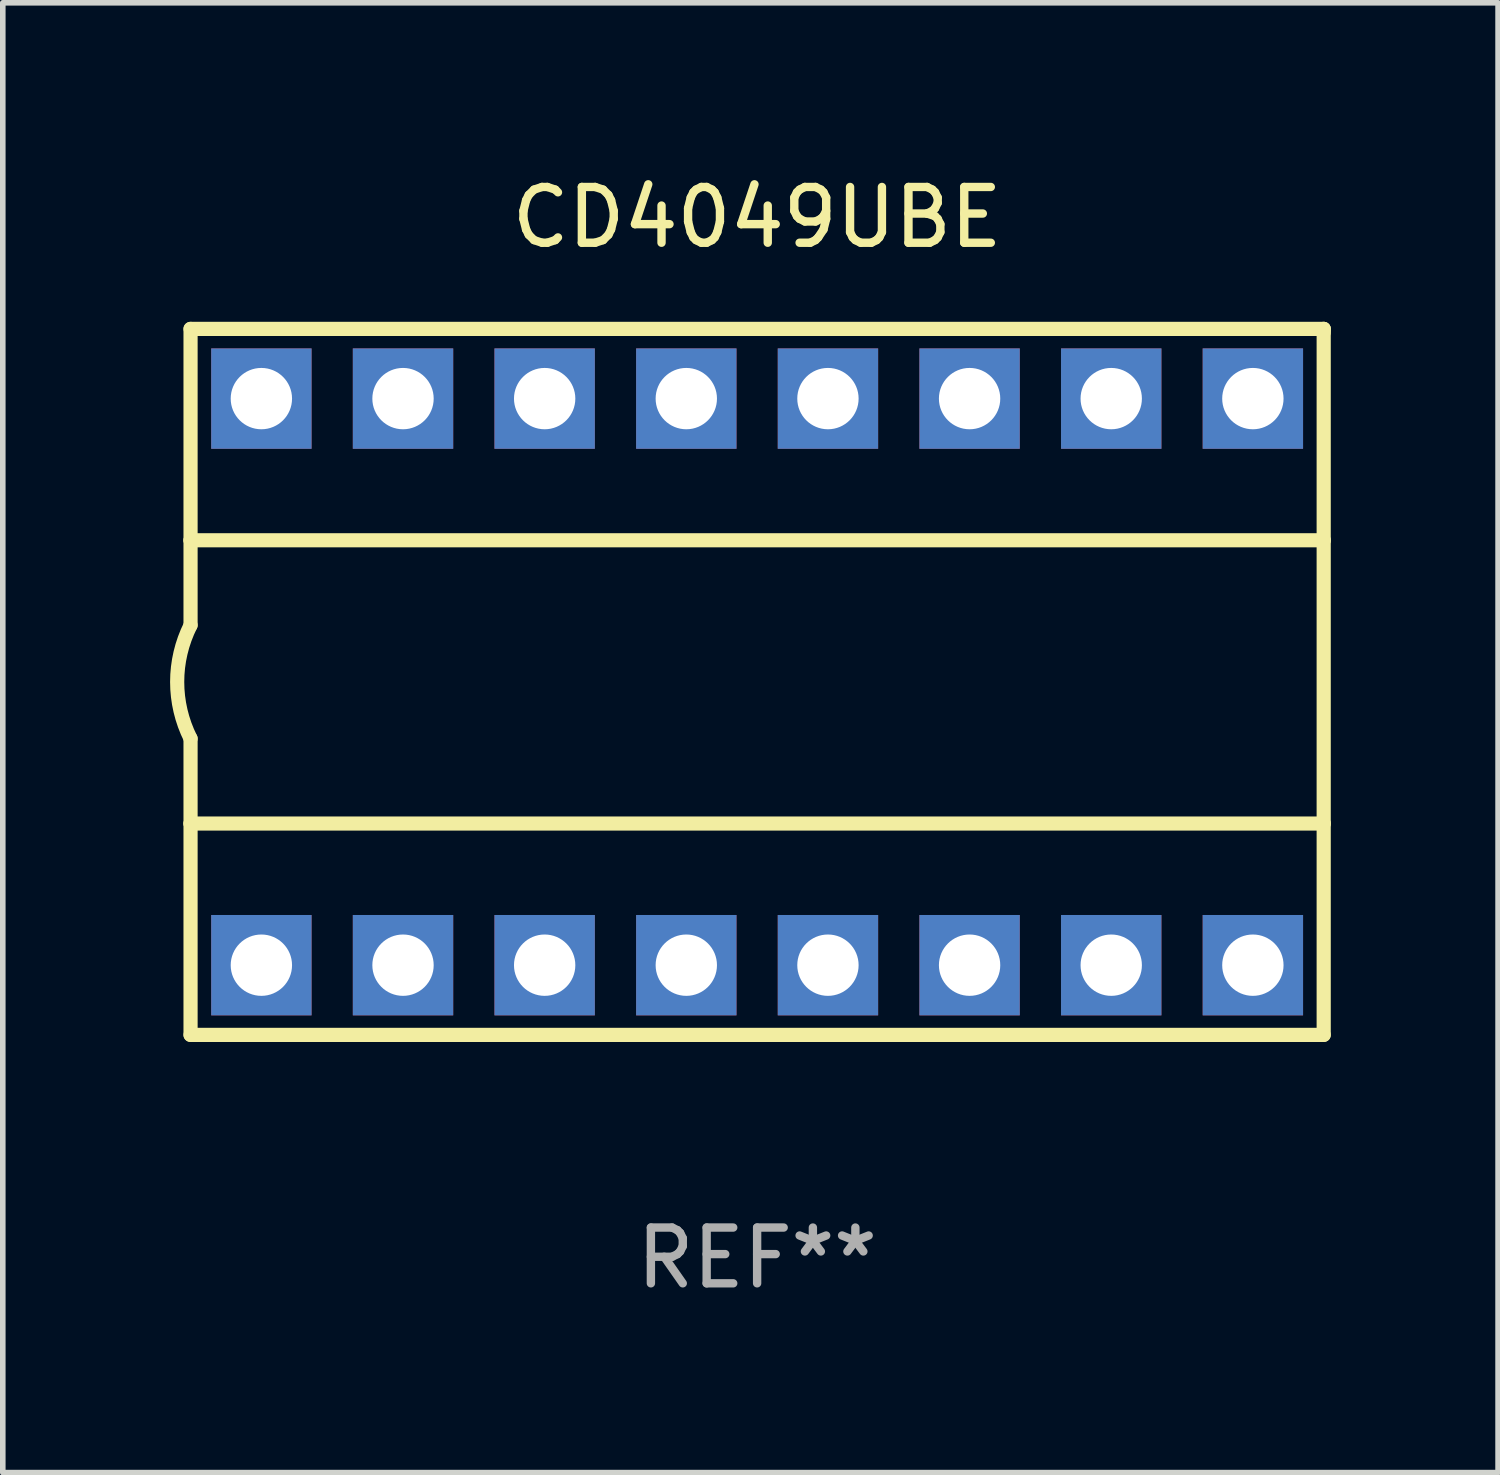
<source format=kicad_pcb>
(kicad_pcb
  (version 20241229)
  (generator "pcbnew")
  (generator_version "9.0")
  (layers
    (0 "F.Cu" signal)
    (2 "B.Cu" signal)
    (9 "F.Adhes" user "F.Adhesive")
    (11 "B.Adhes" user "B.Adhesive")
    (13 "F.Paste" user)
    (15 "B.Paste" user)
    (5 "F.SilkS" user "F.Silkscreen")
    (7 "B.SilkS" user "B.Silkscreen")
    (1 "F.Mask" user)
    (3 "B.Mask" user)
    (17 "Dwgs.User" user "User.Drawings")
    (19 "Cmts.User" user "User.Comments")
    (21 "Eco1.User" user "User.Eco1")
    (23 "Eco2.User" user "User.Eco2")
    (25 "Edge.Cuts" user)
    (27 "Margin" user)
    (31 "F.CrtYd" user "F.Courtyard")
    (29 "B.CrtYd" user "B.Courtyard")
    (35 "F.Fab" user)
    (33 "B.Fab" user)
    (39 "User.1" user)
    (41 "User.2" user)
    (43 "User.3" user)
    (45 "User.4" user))
  (footprint "CD4049UBE"
    (layer "F.Cu")
    (at 10.527 9.178)
    (property "Reference" "CD4049UBE" (at 0 -8.33 0) (layer "F.SilkS") (effects (font (size 1 1) (thickness 0.15))))
    (attr through_hole)
    (fp_line (start -10.16 -6.33) (end -10.16 -2.54) (stroke (width 0.254) (type solid)) (layer "F.SilkS"))
    (fp_line (start -10.16 -6.33) (end 10.16 -6.33) (stroke (width 0.254) (type solid)) (layer "F.SilkS"))
    (fp_line (start -10.16 -2.54) (end -10.16 -1.016) (stroke (width 0.254) (type solid)) (layer "F.SilkS"))
    (fp_line (start -10.16 -2.54) (end 10.16 -2.54) (stroke (width 0.254) (type solid)) (layer "F.SilkS"))
    (fp_line (start -10.16 2.54) (end -10.16 1.016) (stroke (width 0.254) (type solid)) (layer "F.SilkS"))
    (fp_line (start -10.16 2.54) (end 10.16 2.54) (stroke (width 0.254) (type solid)) (layer "F.SilkS"))
    (fp_line (start -10.16 6.33) (end -10.16 2.54) (stroke (width 0.254) (type solid)) (layer "F.SilkS"))
    (fp_line (start -10.16 6.33) (end 10.16 6.33) (stroke (width 0.254) (type solid)) (layer "F.SilkS"))
    (fp_line (start 10.16 -6.33) (end 10.16 -6.267) (stroke (width 0.254) (type solid)) (layer "F.SilkS"))
    (fp_line (start 10.16 -6.33) (end 10.16 -2.54) (stroke (width 0.254) (type solid)) (layer "F.SilkS"))
    (fp_line (start 10.16 -2.54) (end 10.16 2.54) (stroke (width 0.254) (type solid)) (layer "F.SilkS"))
    (fp_line (start 10.16 2.54) (end 10.16 6.33) (stroke (width 0.254) (type solid)) (layer "F.SilkS"))
    (fp_arc (start -10.16 1.016) (mid -10.399845 0) (end -10.16 -1.016) (stroke (width 0.254001) (type solid)) (layer "F.SilkS"))
    (fp_text user "REF**" (at 0 10.33 0) (layer "F.Fab") (effects (font (size 1 1) (thickness 0.15))))
    (pad "1" thru_hole rect (at -8.89 5.08) (size 1.8 1.8) (drill 1.1) (layers "*.Cu" "*.Mask"))
    (pad "2" thru_hole rect (at -6.35 5.08) (size 1.8 1.8) (drill 1.1) (layers "*.Cu" "*.Mask"))
    (pad "3" thru_hole rect (at -3.81 5.08) (size 1.8 1.8) (drill 1.1) (layers "*.Cu" "*.Mask"))
    (pad "4" thru_hole rect (at -1.27 5.08) (size 1.8 1.8) (drill 1.1) (layers "*.Cu" "*.Mask"))
    (pad "5" thru_hole rect (at 1.27 5.08) (size 1.8 1.8) (drill 1.1) (layers "*.Cu" "*.Mask"))
    (pad "6" thru_hole rect (at 3.81 5.08) (size 1.8 1.8) (drill 1.1) (layers "*.Cu" "*.Mask"))
    (pad "7" thru_hole rect (at 6.35 5.08) (size 1.8 1.8) (drill 1.1) (layers "*.Cu" "*.Mask"))
    (pad "8" thru_hole rect (at 8.89 5.08) (size 1.8 1.8) (drill 1.1) (layers "*.Cu" "*.Mask"))
    (pad "9" thru_hole rect (at 8.89 -5.08) (size 1.8 1.8) (drill 1.1) (layers "*.Cu" "*.Mask"))
    (pad "10" thru_hole rect (at 6.35 -5.08) (size 1.8 1.8) (drill 1.1) (layers "*.Cu" "*.Mask"))
    (pad "11" thru_hole rect (at 3.81 -5.08) (size 1.8 1.8) (drill 1.1) (layers "*.Cu" "*.Mask"))
    (pad "12" thru_hole rect (at 1.27 -5.08) (size 1.8 1.8) (drill 1.1) (layers "*.Cu" "*.Mask"))
    (pad "13" thru_hole rect (at -1.27 -5.08) (size 1.8 1.8) (drill 1.1) (layers "*.Cu" "*.Mask"))
    (pad "14" thru_hole rect (at -3.81 -5.08) (size 1.8 1.8) (drill 1.1) (layers "*.Cu" "*.Mask"))
    (pad "15" thru_hole rect (at -6.35 -5.08) (size 1.8 1.8) (drill 1.1) (layers "*.Cu" "*.Mask"))
    (pad "16" thru_hole rect (at -8.89 -5.08) (size 1.8 1.8) (drill 1.1) (layers "*.Cu" "*.Mask")))
  (gr_rect
    (start -3 -3)
    (end 23.814 23.357)
    (stroke (width 0.1) (type default))
    (fill no)
    (layer "Edge.Cuts")))
</source>
